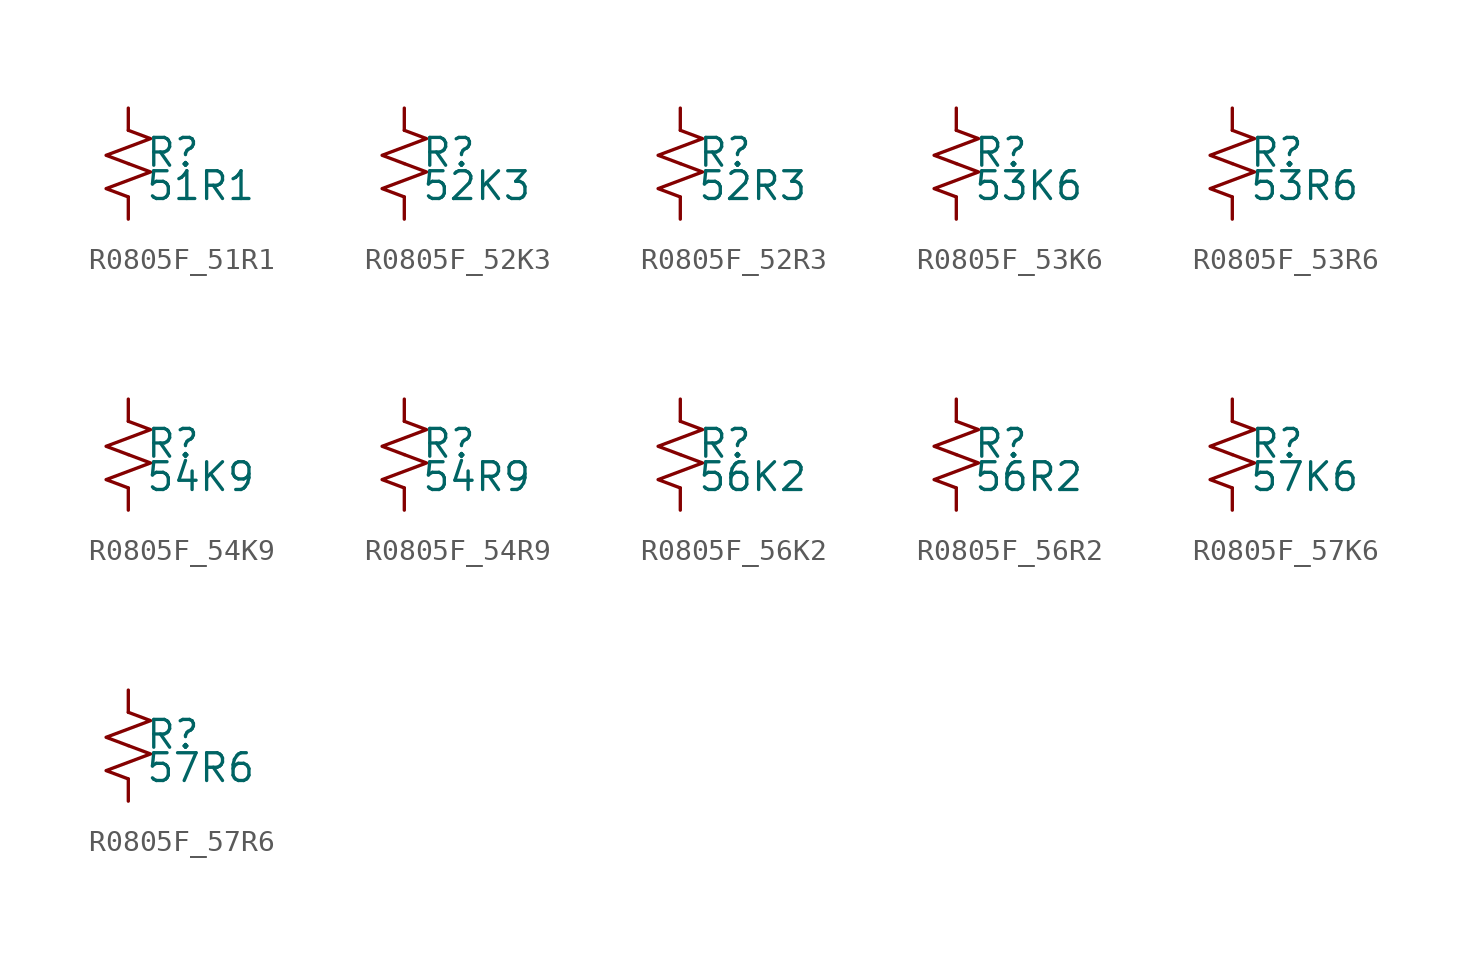
<source format=kicad_sym>
(kicad_symbol_lib
  (version 20220914)
  (generator kicad_symbol_editor)
  (symbol "R0805F_51R1"
    (pin_numbers hide)
    (pin_names
      (offset 0.254) hide)
    (property "Reference" "R"
      (at 0.762 0.508 0)
      (effects (font (size 1.27 1.27)) (justify left)))
    (property "Value" "51R1"
      (at 0.762 -1.016 0)
      (effects (font (size 1.27 1.27)) (justify left)))
    (symbol "R0805F_51R1_1_1"
      (polyline (pts (xy 0 0) (xy 1.016 -0.381) (xy 0 -0.762) (xy -1.016 -1.143) (xy 0 -1.524)) (stroke (width 0) (type default)) (fill (type none)))
      (polyline (pts (xy 0 1.524) (xy 1.016 1.143) (xy 0 0.762) (xy -1.016 0.381) (xy 0 0)) (stroke (width 0) (type default)) (fill (type none)))
      (pin passive line (at 0 2.54 270) (length 1.016) (name "~" (effects (font (size 1.27 1.27)))) (number "1" (effects (font (size 1.27 1.27)))))
      (pin passive line (at 0 -2.54 90) (length 1.016) (name "~" (effects (font (size 1.27 1.27)))) (number "2" (effects (font (size 1.27 1.27)))))))
  (symbol "R0805F_52K3"
    (pin_numbers hide)
    (pin_names
      (offset 0.254) hide)
    (property "Reference" "R"
      (at 0.762 0.508 0)
      (effects (font (size 1.27 1.27)) (justify left)))
    (property "Value" "52K3"
      (at 0.762 -1.016 0)
      (effects (font (size 1.27 1.27)) (justify left)))
    (symbol "R0805F_52K3_1_1"
      (polyline (pts (xy 0 0) (xy 1.016 -0.381) (xy 0 -0.762) (xy -1.016 -1.143) (xy 0 -1.524)) (stroke (width 0) (type default)) (fill (type none)))
      (polyline (pts (xy 0 1.524) (xy 1.016 1.143) (xy 0 0.762) (xy -1.016 0.381) (xy 0 0)) (stroke (width 0) (type default)) (fill (type none)))
      (pin passive line (at 0 2.54 270) (length 1.016) (name "~" (effects (font (size 1.27 1.27)))) (number "1" (effects (font (size 1.27 1.27)))))
      (pin passive line (at 0 -2.54 90) (length 1.016) (name "~" (effects (font (size 1.27 1.27)))) (number "2" (effects (font (size 1.27 1.27)))))))
  (symbol "R0805F_52R3"
    (pin_numbers hide)
    (pin_names
      (offset 0.254) hide)
    (property "Reference" "R"
      (at 0.762 0.508 0)
      (effects (font (size 1.27 1.27)) (justify left)))
    (property "Value" "52R3"
      (at 0.762 -1.016 0)
      (effects (font (size 1.27 1.27)) (justify left)))
    (symbol "R0805F_52R3_1_1"
      (polyline (pts (xy 0 0) (xy 1.016 -0.381) (xy 0 -0.762) (xy -1.016 -1.143) (xy 0 -1.524)) (stroke (width 0) (type default)) (fill (type none)))
      (polyline (pts (xy 0 1.524) (xy 1.016 1.143) (xy 0 0.762) (xy -1.016 0.381) (xy 0 0)) (stroke (width 0) (type default)) (fill (type none)))
      (pin passive line (at 0 2.54 270) (length 1.016) (name "~" (effects (font (size 1.27 1.27)))) (number "1" (effects (font (size 1.27 1.27)))))
      (pin passive line (at 0 -2.54 90) (length 1.016) (name "~" (effects (font (size 1.27 1.27)))) (number "2" (effects (font (size 1.27 1.27)))))))
  (symbol "R0805F_53K6"
    (pin_numbers hide)
    (pin_names
      (offset 0.254) hide)
    (property "Reference" "R"
      (at 0.762 0.508 0)
      (effects (font (size 1.27 1.27)) (justify left)))
    (property "Value" "53K6"
      (at 0.762 -1.016 0)
      (effects (font (size 1.27 1.27)) (justify left)))
    (symbol "R0805F_53K6_1_1"
      (polyline (pts (xy 0 0) (xy 1.016 -0.381) (xy 0 -0.762) (xy -1.016 -1.143) (xy 0 -1.524)) (stroke (width 0) (type default)) (fill (type none)))
      (polyline (pts (xy 0 1.524) (xy 1.016 1.143) (xy 0 0.762) (xy -1.016 0.381) (xy 0 0)) (stroke (width 0) (type default)) (fill (type none)))
      (pin passive line (at 0 2.54 270) (length 1.016) (name "~" (effects (font (size 1.27 1.27)))) (number "1" (effects (font (size 1.27 1.27)))))
      (pin passive line (at 0 -2.54 90) (length 1.016) (name "~" (effects (font (size 1.27 1.27)))) (number "2" (effects (font (size 1.27 1.27)))))))
  (symbol "R0805F_53R6"
    (pin_numbers hide)
    (pin_names
      (offset 0.254) hide)
    (property "Reference" "R"
      (at 0.762 0.508 0)
      (effects (font (size 1.27 1.27)) (justify left)))
    (property "Value" "53R6"
      (at 0.762 -1.016 0)
      (effects (font (size 1.27 1.27)) (justify left)))
    (symbol "R0805F_53R6_1_1"
      (polyline (pts (xy 0 0) (xy 1.016 -0.381) (xy 0 -0.762) (xy -1.016 -1.143) (xy 0 -1.524)) (stroke (width 0) (type default)) (fill (type none)))
      (polyline (pts (xy 0 1.524) (xy 1.016 1.143) (xy 0 0.762) (xy -1.016 0.381) (xy 0 0)) (stroke (width 0) (type default)) (fill (type none)))
      (pin passive line (at 0 2.54 270) (length 1.016) (name "~" (effects (font (size 1.27 1.27)))) (number "1" (effects (font (size 1.27 1.27)))))
      (pin passive line (at 0 -2.54 90) (length 1.016) (name "~" (effects (font (size 1.27 1.27)))) (number "2" (effects (font (size 1.27 1.27)))))))
  (symbol "R0805F_54K9"
    (pin_numbers hide)
    (pin_names
      (offset 0.254) hide)
    (property "Reference" "R"
      (at 0.762 0.508 0)
      (effects (font (size 1.27 1.27)) (justify left)))
    (property "Value" "54K9"
      (at 0.762 -1.016 0)
      (effects (font (size 1.27 1.27)) (justify left)))
    (symbol "R0805F_54K9_1_1"
      (polyline (pts (xy 0 0) (xy 1.016 -0.381) (xy 0 -0.762) (xy -1.016 -1.143) (xy 0 -1.524)) (stroke (width 0) (type default)) (fill (type none)))
      (polyline (pts (xy 0 1.524) (xy 1.016 1.143) (xy 0 0.762) (xy -1.016 0.381) (xy 0 0)) (stroke (width 0) (type default)) (fill (type none)))
      (pin passive line (at 0 2.54 270) (length 1.016) (name "~" (effects (font (size 1.27 1.27)))) (number "1" (effects (font (size 1.27 1.27)))))
      (pin passive line (at 0 -2.54 90) (length 1.016) (name "~" (effects (font (size 1.27 1.27)))) (number "2" (effects (font (size 1.27 1.27)))))))
  (symbol "R0805F_54R9"
    (pin_numbers hide)
    (pin_names
      (offset 0.254) hide)
    (property "Reference" "R"
      (at 0.762 0.508 0)
      (effects (font (size 1.27 1.27)) (justify left)))
    (property "Value" "54R9"
      (at 0.762 -1.016 0)
      (effects (font (size 1.27 1.27)) (justify left)))
    (symbol "R0805F_54R9_1_1"
      (polyline (pts (xy 0 0) (xy 1.016 -0.381) (xy 0 -0.762) (xy -1.016 -1.143) (xy 0 -1.524)) (stroke (width 0) (type default)) (fill (type none)))
      (polyline (pts (xy 0 1.524) (xy 1.016 1.143) (xy 0 0.762) (xy -1.016 0.381) (xy 0 0)) (stroke (width 0) (type default)) (fill (type none)))
      (pin passive line (at 0 2.54 270) (length 1.016) (name "~" (effects (font (size 1.27 1.27)))) (number "1" (effects (font (size 1.27 1.27)))))
      (pin passive line (at 0 -2.54 90) (length 1.016) (name "~" (effects (font (size 1.27 1.27)))) (number "2" (effects (font (size 1.27 1.27)))))))
  (symbol "R0805F_56K2"
    (pin_numbers hide)
    (pin_names
      (offset 0.254) hide)
    (property "Reference" "R"
      (at 0.762 0.508 0)
      (effects (font (size 1.27 1.27)) (justify left)))
    (property "Value" "56K2"
      (at 0.762 -1.016 0)
      (effects (font (size 1.27 1.27)) (justify left)))
    (symbol "R0805F_56K2_1_1"
      (polyline (pts (xy 0 0) (xy 1.016 -0.381) (xy 0 -0.762) (xy -1.016 -1.143) (xy 0 -1.524)) (stroke (width 0) (type default)) (fill (type none)))
      (polyline (pts (xy 0 1.524) (xy 1.016 1.143) (xy 0 0.762) (xy -1.016 0.381) (xy 0 0)) (stroke (width 0) (type default)) (fill (type none)))
      (pin passive line (at 0 2.54 270) (length 1.016) (name "~" (effects (font (size 1.27 1.27)))) (number "1" (effects (font (size 1.27 1.27)))))
      (pin passive line (at 0 -2.54 90) (length 1.016) (name "~" (effects (font (size 1.27 1.27)))) (number "2" (effects (font (size 1.27 1.27)))))))
  (symbol "R0805F_56R2"
    (pin_numbers hide)
    (pin_names
      (offset 0.254) hide)
    (property "Reference" "R"
      (at 0.762 0.508 0)
      (effects (font (size 1.27 1.27)) (justify left)))
    (property "Value" "56R2"
      (at 0.762 -1.016 0)
      (effects (font (size 1.27 1.27)) (justify left)))
    (symbol "R0805F_56R2_1_1"
      (polyline (pts (xy 0 0) (xy 1.016 -0.381) (xy 0 -0.762) (xy -1.016 -1.143) (xy 0 -1.524)) (stroke (width 0) (type default)) (fill (type none)))
      (polyline (pts (xy 0 1.524) (xy 1.016 1.143) (xy 0 0.762) (xy -1.016 0.381) (xy 0 0)) (stroke (width 0) (type default)) (fill (type none)))
      (pin passive line (at 0 2.54 270) (length 1.016) (name "~" (effects (font (size 1.27 1.27)))) (number "1" (effects (font (size 1.27 1.27)))))
      (pin passive line (at 0 -2.54 90) (length 1.016) (name "~" (effects (font (size 1.27 1.27)))) (number "2" (effects (font (size 1.27 1.27)))))))
  (symbol "R0805F_57K6"
    (pin_numbers hide)
    (pin_names
      (offset 0.254) hide)
    (property "Reference" "R"
      (at 0.762 0.508 0)
      (effects (font (size 1.27 1.27)) (justify left)))
    (property "Value" "57K6"
      (at 0.762 -1.016 0)
      (effects (font (size 1.27 1.27)) (justify left)))
    (symbol "R0805F_57K6_1_1"
      (polyline (pts (xy 0 0) (xy 1.016 -0.381) (xy 0 -0.762) (xy -1.016 -1.143) (xy 0 -1.524)) (stroke (width 0) (type default)) (fill (type none)))
      (polyline (pts (xy 0 1.524) (xy 1.016 1.143) (xy 0 0.762) (xy -1.016 0.381) (xy 0 0)) (stroke (width 0) (type default)) (fill (type none)))
      (pin passive line (at 0 2.54 270) (length 1.016) (name "~" (effects (font (size 1.27 1.27)))) (number "1" (effects (font (size 1.27 1.27)))))
      (pin passive line (at 0 -2.54 90) (length 1.016) (name "~" (effects (font (size 1.27 1.27)))) (number "2" (effects (font (size 1.27 1.27)))))))
  (symbol "R0805F_57R6"
    (pin_numbers hide)
    (pin_names
      (offset 0.254) hide)
    (property "Reference" "R"
      (at 0.762 0.508 0)
      (effects (font (size 1.27 1.27)) (justify left)))
    (property "Value" "57R6"
      (at 0.762 -1.016 0)
      (effects (font (size 1.27 1.27)) (justify left)))
    (symbol "R0805F_57R6_1_1"
      (polyline (pts (xy 0 0) (xy 1.016 -0.381) (xy 0 -0.762) (xy -1.016 -1.143) (xy 0 -1.524)) (stroke (width 0) (type default)) (fill (type none)))
      (polyline (pts (xy 0 1.524) (xy 1.016 1.143) (xy 0 0.762) (xy -1.016 0.381) (xy 0 0)) (stroke (width 0) (type default)) (fill (type none)))
      (pin passive line (at 0 2.54 270) (length 1.016) (name "~" (effects (font (size 1.27 1.27)))) (number "1" (effects (font (size 1.27 1.27)))))
      (pin passive line (at 0 -2.54 90) (length 1.016) (name "~" (effects (font (size 1.27 1.27)))) (number "2" (effects (font (size 1.27 1.27))))))))
</source>
